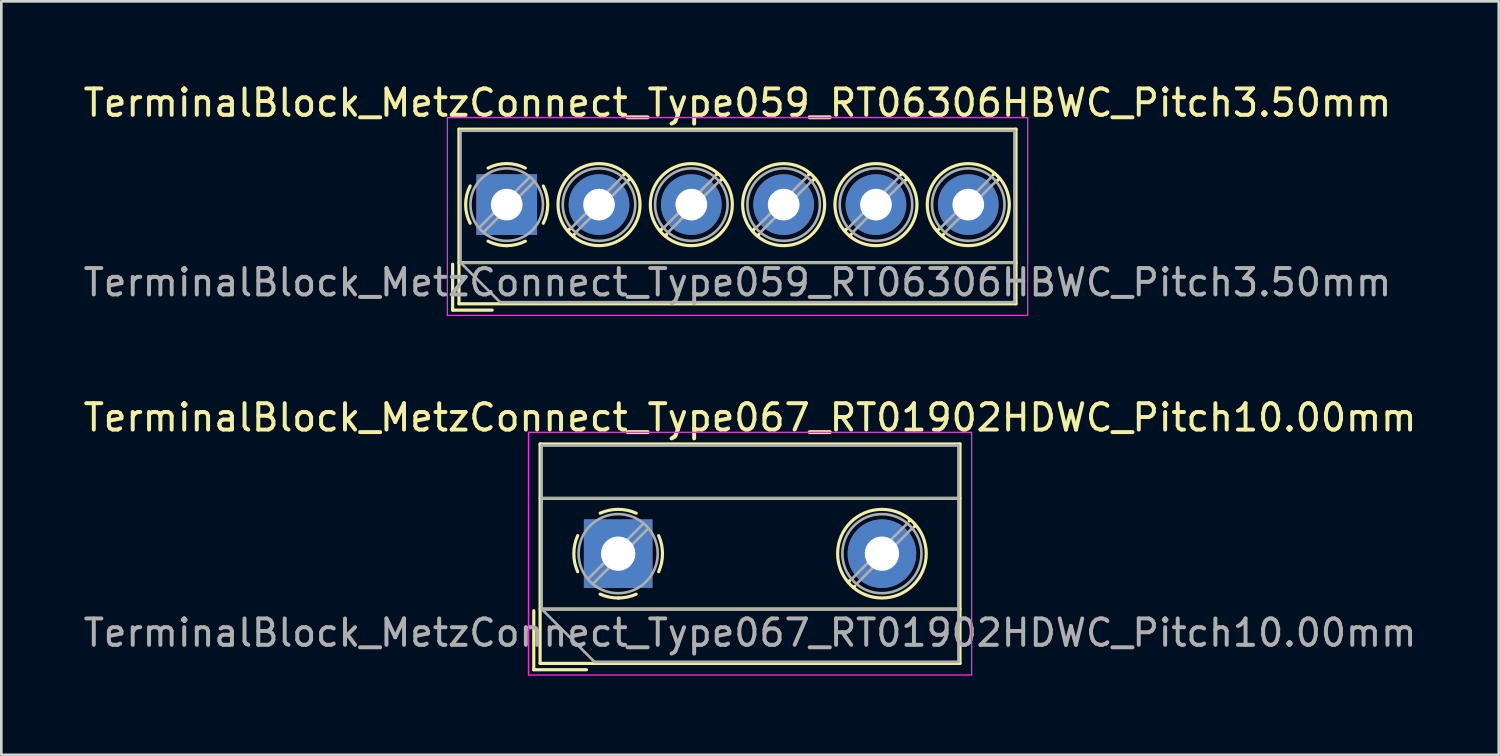
<source format=kicad_pcb>
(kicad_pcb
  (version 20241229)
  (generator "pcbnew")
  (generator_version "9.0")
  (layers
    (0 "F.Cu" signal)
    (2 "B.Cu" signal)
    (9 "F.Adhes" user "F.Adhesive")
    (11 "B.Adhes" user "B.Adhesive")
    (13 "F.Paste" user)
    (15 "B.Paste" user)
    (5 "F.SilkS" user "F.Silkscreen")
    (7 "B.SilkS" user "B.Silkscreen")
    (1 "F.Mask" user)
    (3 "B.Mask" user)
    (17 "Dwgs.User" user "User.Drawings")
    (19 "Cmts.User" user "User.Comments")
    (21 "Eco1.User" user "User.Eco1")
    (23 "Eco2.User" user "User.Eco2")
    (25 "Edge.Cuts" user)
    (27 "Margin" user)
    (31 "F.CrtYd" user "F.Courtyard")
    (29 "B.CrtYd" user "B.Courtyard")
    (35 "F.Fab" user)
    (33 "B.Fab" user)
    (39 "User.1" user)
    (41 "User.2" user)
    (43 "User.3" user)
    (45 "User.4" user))
  (footprint "TerminalBlock_MetzConnect_Type059_RT06306HBWC_Pitch3.50mm"
    (layer "F.Cu")
    (at 16.161 4.708)
    (property "Reference" "TerminalBlock_MetzConnect_Type059_RT06306HBWC_Pitch3.50mm" (at 8.75 -3.86 0) (layer "F.SilkS") (effects (font (size 1 1) (thickness 0.15))))
    (attr through_hole)
    (fp_line (start -2.05 2.26) (end -2.05 4) (stroke (width 0.12) (type solid)) (layer "F.SilkS"))
    (fp_line (start -2.05 4) (end -0.55 4) (stroke (width 0.12) (type solid)) (layer "F.SilkS"))
    (fp_line (start -1.81 -2.86) (end -1.81 3.76) (stroke (width 0.12) (type solid)) (layer "F.SilkS"))
    (fp_line (start -1.81 2.2) (end 19.31 2.2) (stroke (width 0.12) (type solid)) (layer "F.SilkS"))
    (fp_line (start -1.81 3.76) (end 19.31 3.76) (stroke (width 0.12) (type solid)) (layer "F.SilkS"))
    (fp_line (start 2.397 0.914) (end 2.321 0.99) (stroke (width 0.12) (type solid)) (layer "F.SilkS"))
    (fp_line (start 2.565 1.125) (end 2.511 1.18) (stroke (width 0.12) (type solid)) (layer "F.SilkS"))
    (fp_line (start 4.49 -1.18) (end 4.436 -1.126) (stroke (width 0.12) (type solid)) (layer "F.SilkS"))
    (fp_line (start 4.68 -0.99) (end 4.604 -0.914) (stroke (width 0.12) (type solid)) (layer "F.SilkS"))
    (fp_line (start 5.897 0.914) (end 5.821 0.99) (stroke (width 0.12) (type solid)) (layer "F.SilkS"))
    (fp_line (start 6.065 1.125) (end 6.011 1.18) (stroke (width 0.12) (type solid)) (layer "F.SilkS"))
    (fp_line (start 7.99 -1.18) (end 7.936 -1.126) (stroke (width 0.12) (type solid)) (layer "F.SilkS"))
    (fp_line (start 8.18 -0.99) (end 8.104 -0.914) (stroke (width 0.12) (type solid)) (layer "F.SilkS"))
    (fp_line (start 9.397 0.914) (end 9.321 0.99) (stroke (width 0.12) (type solid)) (layer "F.SilkS"))
    (fp_line (start 9.565 1.125) (end 9.511 1.18) (stroke (width 0.12) (type solid)) (layer "F.SilkS"))
    (fp_line (start 11.49 -1.18) (end 11.436 -1.126) (stroke (width 0.12) (type solid)) (layer "F.SilkS"))
    (fp_line (start 11.68 -0.99) (end 11.604 -0.914) (stroke (width 0.12) (type solid)) (layer "F.SilkS"))
    (fp_line (start 12.897 0.914) (end 12.821 0.99) (stroke (width 0.12) (type solid)) (layer "F.SilkS"))
    (fp_line (start 13.065 1.125) (end 13.011 1.18) (stroke (width 0.12) (type solid)) (layer "F.SilkS"))
    (fp_line (start 14.99 -1.18) (end 14.936 -1.126) (stroke (width 0.12) (type solid)) (layer "F.SilkS"))
    (fp_line (start 15.18 -0.99) (end 15.104 -0.914) (stroke (width 0.12) (type solid)) (layer "F.SilkS"))
    (fp_line (start 16.397 0.914) (end 16.321 0.99) (stroke (width 0.12) (type solid)) (layer "F.SilkS"))
    (fp_line (start 16.565 1.125) (end 16.511 1.18) (stroke (width 0.12) (type solid)) (layer "F.SilkS"))
    (fp_line (start 18.49 -1.18) (end 18.436 -1.126) (stroke (width 0.12) (type solid)) (layer "F.SilkS"))
    (fp_line (start 18.68 -0.99) (end 18.604 -0.914) (stroke (width 0.12) (type solid)) (layer "F.SilkS"))
    (fp_line (start 19.31 -2.86) (end -1.81 -2.86) (stroke (width 0.12) (type solid)) (layer "F.SilkS"))
    (fp_line (start 19.31 3.76) (end 19.31 -2.86) (stroke (width 0.12) (type solid)) (layer "F.SilkS"))
    (fp_arc (start -1.386645 0.705733) (mid -1.555906 -0.000711) (end -1.386 -0.707) (stroke (width 0.12) (type solid)) (layer "F.SilkS"))
    (fp_arc (start -0.705733 -1.386645) (mid 0.000711 -1.555906) (end 0.707 -1.386) (stroke (width 0.12) (type solid)) (layer "F.SilkS"))
    (fp_arc (start 0.026444 1.555682) (mid -0.350695 1.515869) (end -0.707 1.386) (stroke (width 0.12) (type solid)) (layer "F.SilkS"))
    (fp_arc (start 0.705955 1.385515) (mid 0.363007 1.512035) (end 0 1.555) (stroke (width 0.12) (type solid)) (layer "F.SilkS"))
    (fp_arc (start 1.386645 -0.705733) (mid 1.555906 0.000711) (end 1.386 0.707) (stroke (width 0.12) (type solid)) (layer "F.SilkS"))
    (fp_circle (center 3.5 0) (end 5.055 0) (stroke (width 0.12) (type solid)) (fill no) (layer "F.SilkS"))
    (fp_circle (center 7 0) (end 8.555 0) (stroke (width 0.12) (type solid)) (fill no) (layer "F.SilkS"))
    (fp_circle (center 10.5 0) (end 12.055 0) (stroke (width 0.12) (type solid)) (fill no) (layer "F.SilkS"))
    (fp_circle (center 14 0) (end 15.555 0) (stroke (width 0.12) (type solid)) (fill no) (layer "F.SilkS"))
    (fp_circle (center 17.5 0) (end 19.055 0) (stroke (width 0.12) (type solid)) (fill no) (layer "F.SilkS"))
    (fp_line (start -2.25 -3.3) (end -2.25 4.2) (stroke (width 0.05) (type solid)) (layer "F.CrtYd"))
    (fp_line (start -2.25 4.2) (end 19.75 4.2) (stroke (width 0.05) (type solid)) (layer "F.CrtYd"))
    (fp_line (start 19.75 -3.3) (end -2.25 -3.3) (stroke (width 0.05) (type solid)) (layer "F.CrtYd"))
    (fp_line (start 19.75 4.2) (end 19.75 -3.3) (stroke (width 0.05) (type solid)) (layer "F.CrtYd"))
    (fp_line (start -1.75 -2.8) (end 19.25 -2.8) (stroke (width 0.1) (type solid)) (layer "F.Fab"))
    (fp_line (start -1.75 2.2) (end -1.75 -2.8) (stroke (width 0.1) (type solid)) (layer "F.Fab"))
    (fp_line (start -1.75 2.2) (end 19.25 2.2) (stroke (width 0.1) (type solid)) (layer "F.Fab"))
    (fp_line (start -0.25 3.7) (end -1.75 2.2) (stroke (width 0.1) (type solid)) (layer "F.Fab"))
    (fp_line (start 0.876 -1.043) (end -1.043 0.875) (stroke (width 0.1) (type solid)) (layer "F.Fab"))
    (fp_line (start 1.043 -0.875) (end -0.876 1.043) (stroke (width 0.1) (type solid)) (layer "F.Fab"))
    (fp_line (start 4.376 -1.043) (end 2.458 0.875) (stroke (width 0.1) (type solid)) (layer "F.Fab"))
    (fp_line (start 4.543 -0.875) (end 2.625 1.043) (stroke (width 0.1) (type solid)) (layer "F.Fab"))
    (fp_line (start 7.876 -1.043) (end 5.958 0.875) (stroke (width 0.1) (type solid)) (layer "F.Fab"))
    (fp_line (start 8.043 -0.875) (end 6.125 1.043) (stroke (width 0.1) (type solid)) (layer "F.Fab"))
    (fp_line (start 11.376 -1.043) (end 9.458 0.875) (stroke (width 0.1) (type solid)) (layer "F.Fab"))
    (fp_line (start 11.543 -0.875) (end 9.625 1.043) (stroke (width 0.1) (type solid)) (layer "F.Fab"))
    (fp_line (start 14.876 -1.043) (end 12.958 0.875) (stroke (width 0.1) (type solid)) (layer "F.Fab"))
    (fp_line (start 15.043 -0.875) (end 13.125 1.043) (stroke (width 0.1) (type solid)) (layer "F.Fab"))
    (fp_line (start 18.376 -1.043) (end 16.458 0.875) (stroke (width 0.1) (type solid)) (layer "F.Fab"))
    (fp_line (start 18.543 -0.875) (end 16.625 1.043) (stroke (width 0.1) (type solid)) (layer "F.Fab"))
    (fp_line (start 19.25 -2.8) (end 19.25 3.7) (stroke (width 0.1) (type solid)) (layer "F.Fab"))
    (fp_line (start 19.25 3.7) (end -0.25 3.7) (stroke (width 0.1) (type solid)) (layer "F.Fab"))
    (fp_circle (center 0 0) (end 1.375 0) (stroke (width 0.1) (type solid)) (fill no) (layer "F.Fab"))
    (fp_circle (center 3.5 0) (end 4.875 0) (stroke (width 0.1) (type solid)) (fill no) (layer "F.Fab"))
    (fp_circle (center 7 0) (end 8.375 0) (stroke (width 0.1) (type solid)) (fill no) (layer "F.Fab"))
    (fp_circle (center 10.5 0) (end 11.875 0) (stroke (width 0.1) (type solid)) (fill no) (layer "F.Fab"))
    (fp_circle (center 14 0) (end 15.375 0) (stroke (width 0.1) (type solid)) (fill no) (layer "F.Fab"))
    (fp_circle (center 17.5 0) (end 18.875 0) (stroke (width 0.1) (type solid)) (fill no) (layer "F.Fab"))
    (fp_text user "${REFERENCE}" (at 8.75 2.95 0) (layer "F.Fab") (effects (font (size 1 1) (thickness 0.15))))
    (pad "1" thru_hole rect (at 0 0) (size 2.3 2.3) (drill 1.2) (layers "*.Cu" "*.Mask"))
    (pad "2" thru_hole circle (at 3.5 0) (size 2.3 2.3) (drill 1.2) (layers "*.Cu" "*.Mask"))
    (pad "3" thru_hole circle (at 7 0) (size 2.3 2.3) (drill 1.2) (layers "*.Cu" "*.Mask"))
    (pad "4" thru_hole circle (at 10.5 0) (size 2.3 2.3) (drill 1.2) (layers "*.Cu" "*.Mask"))
    (pad "5" thru_hole circle (at 14 0) (size 2.3 2.3) (drill 1.2) (layers "*.Cu" "*.Mask"))
    (pad "6" thru_hole circle (at 17.5 0) (size 2.3 2.3) (drill 1.2) (layers "*.Cu" "*.Mask")))
  (footprint "TerminalBlock_MetzConnect_Type067_RT01902HDWC_Pitch10.00mm"
    (layer "F.Cu")
    (at 20.387 17.942)
    (property "Reference" "TerminalBlock_MetzConnect_Type067_RT01902HDWC_Pitch10.00mm" (at 5 -5.16 0) (layer "F.SilkS") (effects (font (size 1 1) (thickness 0.15))))
    (attr through_hole)
    (fp_line (start -3.2 2.16) (end -3.2 4.4) (stroke (width 0.12) (type solid)) (layer "F.SilkS"))
    (fp_line (start -3.2 4.4) (end -1.2 4.4) (stroke (width 0.12) (type solid)) (layer "F.SilkS"))
    (fp_line (start -2.96 -4.16) (end -2.96 4.16) (stroke (width 0.12) (type solid)) (layer "F.SilkS"))
    (fp_line (start -2.96 -2.1) (end 12.96 -2.1) (stroke (width 0.12) (type solid)) (layer "F.SilkS"))
    (fp_line (start -2.96 2.1) (end 12.96 2.1) (stroke (width 0.12) (type solid)) (layer "F.SilkS"))
    (fp_line (start -2.96 4.16) (end 12.96 4.16) (stroke (width 0.12) (type solid)) (layer "F.SilkS"))
    (fp_line (start 8.773 1.023) (end 8.726 1.069) (stroke (width 0.12) (type solid)) (layer "F.SilkS"))
    (fp_line (start 8.966 1.239) (end 8.931 1.274) (stroke (width 0.12) (type solid)) (layer "F.SilkS"))
    (fp_line (start 11.07 -1.275) (end 11.035 -1.239) (stroke (width 0.12) (type solid)) (layer "F.SilkS"))
    (fp_line (start 11.275 -1.069) (end 11.228 -1.023) (stroke (width 0.12) (type solid)) (layer "F.SilkS"))
    (fp_line (start 12.96 -4.16) (end -2.96 -4.16) (stroke (width 0.12) (type solid)) (layer "F.SilkS"))
    (fp_line (start 12.96 4.16) (end 12.96 -4.16) (stroke (width 0.12) (type solid)) (layer "F.SilkS"))
    (fp_arc (start -1.535427 0.683042) (mid -1.680501 -0.000524) (end -1.535 -0.684) (stroke (width 0.12) (type solid)) (layer "F.SilkS"))
    (fp_arc (start -0.683042 -1.535427) (mid 0.000524 -1.680501) (end 0.684 -1.535) (stroke (width 0.12) (type solid)) (layer "F.SilkS"))
    (fp_arc (start 0.028805 1.680253) (mid -0.335551 1.646659) (end -0.684 1.535) (stroke (width 0.12) (type solid)) (layer "F.SilkS"))
    (fp_arc (start 0.683318 1.534756) (mid 0.349292 1.643288) (end 0 1.68) (stroke (width 0.12) (type solid)) (layer "F.SilkS"))
    (fp_arc (start 1.535427 -0.683042) (mid 1.680501 0.000524) (end 1.535 0.684) (stroke (width 0.12) (type solid)) (layer "F.SilkS"))
    (fp_circle (center 10 0) (end 11.68 0) (stroke (width 0.12) (type solid)) (fill no) (layer "F.SilkS"))
    (fp_line (start -3.4 -4.6) (end -3.4 4.6) (stroke (width 0.05) (type solid)) (layer "F.CrtYd"))
    (fp_line (start -3.4 4.6) (end 13.4 4.6) (stroke (width 0.05) (type solid)) (layer "F.CrtYd"))
    (fp_line (start 13.4 -4.6) (end -3.4 -4.6) (stroke (width 0.05) (type solid)) (layer "F.CrtYd"))
    (fp_line (start 13.4 4.6) (end 13.4 -4.6) (stroke (width 0.05) (type solid)) (layer "F.CrtYd"))
    (fp_line (start -2.9 -4.1) (end 12.9 -4.1) (stroke (width 0.1) (type solid)) (layer "F.Fab"))
    (fp_line (start -2.9 -2.1) (end 12.9 -2.1) (stroke (width 0.1) (type solid)) (layer "F.Fab"))
    (fp_line (start -2.9 2.1) (end -2.9 -4.1) (stroke (width 0.1) (type solid)) (layer "F.Fab"))
    (fp_line (start -2.9 2.1) (end 12.9 2.1) (stroke (width 0.1) (type solid)) (layer "F.Fab"))
    (fp_line (start -0.9 4.1) (end -2.9 2.1) (stroke (width 0.1) (type solid)) (layer "F.Fab"))
    (fp_line (start 0.955 -1.138) (end -1.138 0.955) (stroke (width 0.1) (type solid)) (layer "F.Fab"))
    (fp_line (start 1.138 -0.955) (end -0.955 1.138) (stroke (width 0.1) (type solid)) (layer "F.Fab"))
    (fp_line (start 10.955 -1.138) (end 8.863 0.955) (stroke (width 0.1) (type solid)) (layer "F.Fab"))
    (fp_line (start 11.138 -0.955) (end 9.046 1.138) (stroke (width 0.1) (type solid)) (layer "F.Fab"))
    (fp_line (start 12.9 -4.1) (end 12.9 4.1) (stroke (width 0.1) (type solid)) (layer "F.Fab"))
    (fp_line (start 12.9 4.1) (end -0.9 4.1) (stroke (width 0.1) (type solid)) (layer "F.Fab"))
    (fp_circle (center 0 0) (end 1.5 0) (stroke (width 0.1) (type solid)) (fill no) (layer "F.Fab"))
    (fp_circle (center 10 0) (end 11.5 0) (stroke (width 0.1) (type solid)) (fill no) (layer "F.Fab"))
    (fp_text user "${REFERENCE}" (at 5 3 0) (layer "F.Fab") (effects (font (size 1 1) (thickness 0.15))))
    (pad "1" thru_hole rect (at 0 0) (size 2.6 2.6) (drill 1.3) (layers "*.Cu" "*.Mask"))
    (pad "2" thru_hole circle (at 10 0) (size 2.6 2.6) (drill 1.3) (layers "*.Cu" "*.Mask")))
  (gr_rect
    (start -3 -3)
    (end 53.774 25.567)
    (stroke (width 0.1) (type default))
    (fill no)
    (layer "Edge.Cuts")))
</source>
